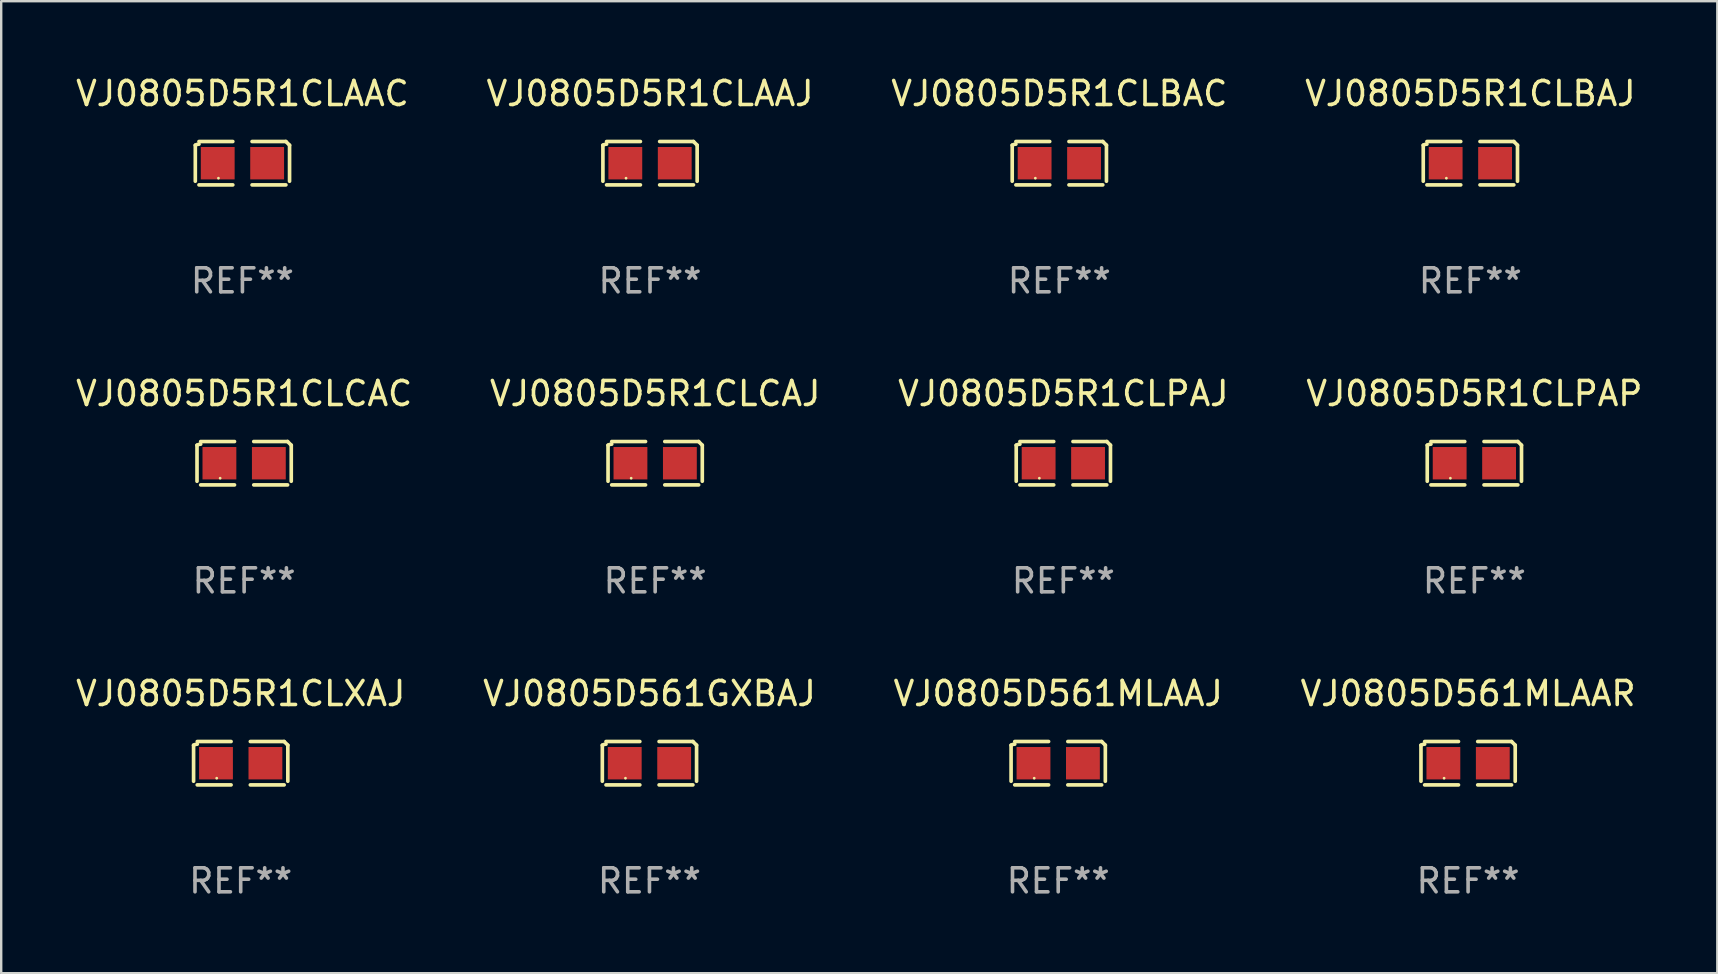
<source format=kicad_pcb>
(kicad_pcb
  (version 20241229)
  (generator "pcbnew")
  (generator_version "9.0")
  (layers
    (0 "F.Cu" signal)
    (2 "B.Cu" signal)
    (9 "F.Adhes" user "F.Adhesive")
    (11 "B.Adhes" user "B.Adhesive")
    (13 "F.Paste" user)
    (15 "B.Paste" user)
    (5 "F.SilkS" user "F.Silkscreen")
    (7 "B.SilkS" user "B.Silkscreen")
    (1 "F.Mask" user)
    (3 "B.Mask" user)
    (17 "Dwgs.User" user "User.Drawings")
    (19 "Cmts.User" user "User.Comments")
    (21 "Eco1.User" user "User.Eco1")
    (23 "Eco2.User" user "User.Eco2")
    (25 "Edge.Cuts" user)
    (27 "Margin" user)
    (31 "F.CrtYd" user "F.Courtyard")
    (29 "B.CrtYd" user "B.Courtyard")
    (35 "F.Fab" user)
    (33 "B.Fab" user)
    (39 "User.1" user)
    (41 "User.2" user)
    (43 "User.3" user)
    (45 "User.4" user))
  (footprint "VJ0805D5R1CLXAJ"
    (layer "F.Cu")
    (at 6.982 28.759)
    (property "Reference" "VJ0805D5R1CLXAJ" (at 0 -2.904 0) (layer "F.SilkS") (effects (font (size 1 1) (thickness 0.15))))
    (attr through_hole)
    (fp_line (start -1.964 0.751) (end -1.964 -0.751) (stroke (width 0.152) (type solid)) (layer "F.SilkS"))
    (fp_line (start -1.811 -0.904) (end -0.401 -0.904) (stroke (width 0.152) (type solid)) (layer "F.SilkS"))
    (fp_line (start -0.401 0.904) (end -1.811 0.904) (stroke (width 0.152) (type solid)) (layer "F.SilkS"))
    (fp_line (start 0.401 0.904) (end 1.811 0.904) (stroke (width 0.152) (type solid)) (layer "F.SilkS"))
    (fp_line (start 1.811 -0.904) (end 0.401 -0.904) (stroke (width 0.152) (type solid)) (layer "F.SilkS"))
    (fp_line (start 1.964 0.751) (end 1.964 -0.751) (stroke (width 0.152) (type solid)) (layer "F.SilkS"))
    (fp_arc (start -1.963602 -0.751207) (mid -1.890354 -0.783131) (end -1.811201 -0.794044) (stroke (width 0.1524) (type solid)) (layer "F.SilkS"))
    (fp_arc (start 1.811202 -0.903607) (mid 1.887413 -0.827418) (end 1.963602 -0.751207) (stroke (width 0.1524) (type solid)) (layer "F.SilkS"))
    (fp_circle (center -1 0.625) (end -0.97 0.625) (stroke (width 0.06) (type solid)) (fill no) (layer "F.SilkS"))
    (fp_text user "REF**" (at 0 4.904 0) (layer "F.Fab") (effects (font (size 1 1) (thickness 0.15))))
    (pad "1" smd rect (at -1.03 0) (size 1.41 1.35) (layers "F.Cu" "F.Mask" "F.Paste"))
    (pad "2" smd rect (at 1.03 0) (size 1.41 1.35) (layers "F.Cu" "F.Mask" "F.Paste")))
  (footprint "VJ0805D561MLAAR"
    (layer "F.Cu")
    (at 58.137 28.759)
    (property "Reference" "VJ0805D561MLAAR" (at 0 -2.904 0) (layer "F.SilkS") (effects (font (size 1 1) (thickness 0.15))))
    (attr through_hole)
    (fp_line (start -1.964 0.751) (end -1.964 -0.751) (stroke (width 0.152) (type solid)) (layer "F.SilkS"))
    (fp_line (start -1.811 -0.904) (end -0.401 -0.904) (stroke (width 0.152) (type solid)) (layer "F.SilkS"))
    (fp_line (start -0.401 0.904) (end -1.811 0.904) (stroke (width 0.152) (type solid)) (layer "F.SilkS"))
    (fp_line (start 0.401 0.904) (end 1.811 0.904) (stroke (width 0.152) (type solid)) (layer "F.SilkS"))
    (fp_line (start 1.811 -0.904) (end 0.401 -0.904) (stroke (width 0.152) (type solid)) (layer "F.SilkS"))
    (fp_line (start 1.964 0.751) (end 1.964 -0.751) (stroke (width 0.152) (type solid)) (layer "F.SilkS"))
    (fp_arc (start -1.963602 -0.751207) (mid -1.890354 -0.783131) (end -1.811201 -0.794044) (stroke (width 0.1524) (type solid)) (layer "F.SilkS"))
    (fp_arc (start 1.811202 -0.903607) (mid 1.887413 -0.827418) (end 1.963602 -0.751207) (stroke (width 0.1524) (type solid)) (layer "F.SilkS"))
    (fp_circle (center -1 0.625) (end -0.97 0.625) (stroke (width 0.06) (type solid)) (fill no) (layer "F.SilkS"))
    (fp_text user "REF**" (at 0 4.904 0) (layer "F.Fab") (effects (font (size 1 1) (thickness 0.15))))
    (pad "1" smd rect (at -1.03 0) (size 1.41 1.35) (layers "F.Cu" "F.Mask" "F.Paste"))
    (pad "2" smd rect (at 1.03 0) (size 1.41 1.35) (layers "F.Cu" "F.Mask" "F.Paste")))
  (footprint "VJ0805D561MLAAJ"
    (layer "F.Cu")
    (at 41.054 28.759)
    (property "Reference" "VJ0805D561MLAAJ" (at 0 -2.904 0) (layer "F.SilkS") (effects (font (size 1 1) (thickness 0.15))))
    (attr through_hole)
    (fp_line (start -1.964 0.751) (end -1.964 -0.751) (stroke (width 0.152) (type solid)) (layer "F.SilkS"))
    (fp_line (start -1.811 -0.904) (end -0.401 -0.904) (stroke (width 0.152) (type solid)) (layer "F.SilkS"))
    (fp_line (start -0.401 0.904) (end -1.811 0.904) (stroke (width 0.152) (type solid)) (layer "F.SilkS"))
    (fp_line (start 0.401 0.904) (end 1.811 0.904) (stroke (width 0.152) (type solid)) (layer "F.SilkS"))
    (fp_line (start 1.811 -0.904) (end 0.401 -0.904) (stroke (width 0.152) (type solid)) (layer "F.SilkS"))
    (fp_line (start 1.964 0.751) (end 1.964 -0.751) (stroke (width 0.152) (type solid)) (layer "F.SilkS"))
    (fp_arc (start -1.963602 -0.751207) (mid -1.890354 -0.783131) (end -1.811201 -0.794044) (stroke (width 0.1524) (type solid)) (layer "F.SilkS"))
    (fp_arc (start 1.811202 -0.903607) (mid 1.887413 -0.827418) (end 1.963602 -0.751207) (stroke (width 0.1524) (type solid)) (layer "F.SilkS"))
    (fp_circle (center -1 0.625) (end -0.97 0.625) (stroke (width 0.06) (type solid)) (fill no) (layer "F.SilkS"))
    (fp_text user "REF**" (at 0 4.904 0) (layer "F.Fab") (effects (font (size 1 1) (thickness 0.15))))
    (pad "1" smd rect (at -1.03 0) (size 1.41 1.35) (layers "F.Cu" "F.Mask" "F.Paste"))
    (pad "2" smd rect (at 1.03 0) (size 1.41 1.35) (layers "F.Cu" "F.Mask" "F.Paste")))
  (footprint "VJ0805D561GXBAJ"
    (layer "F.Cu")
    (at 24.018 28.759)
    (property "Reference" "VJ0805D561GXBAJ" (at 0 -2.904 0) (layer "F.SilkS") (effects (font (size 1 1) (thickness 0.15))))
    (attr through_hole)
    (fp_line (start -1.964 0.751) (end -1.964 -0.751) (stroke (width 0.152) (type solid)) (layer "F.SilkS"))
    (fp_line (start -1.811 -0.904) (end -0.401 -0.904) (stroke (width 0.152) (type solid)) (layer "F.SilkS"))
    (fp_line (start -0.401 0.904) (end -1.811 0.904) (stroke (width 0.152) (type solid)) (layer "F.SilkS"))
    (fp_line (start 0.401 0.904) (end 1.811 0.904) (stroke (width 0.152) (type solid)) (layer "F.SilkS"))
    (fp_line (start 1.811 -0.904) (end 0.401 -0.904) (stroke (width 0.152) (type solid)) (layer "F.SilkS"))
    (fp_line (start 1.964 0.751) (end 1.964 -0.751) (stroke (width 0.152) (type solid)) (layer "F.SilkS"))
    (fp_arc (start -1.963602 -0.751207) (mid -1.890354 -0.783131) (end -1.811201 -0.794044) (stroke (width 0.1524) (type solid)) (layer "F.SilkS"))
    (fp_arc (start 1.811202 -0.903607) (mid 1.887413 -0.827418) (end 1.963602 -0.751207) (stroke (width 0.1524) (type solid)) (layer "F.SilkS"))
    (fp_circle (center -1 0.625) (end -0.97 0.625) (stroke (width 0.06) (type solid)) (fill no) (layer "F.SilkS"))
    (fp_text user "REF**" (at 0 4.904 0) (layer "F.Fab") (effects (font (size 1 1) (thickness 0.15))))
    (pad "1" smd rect (at -1.03 0) (size 1.41 1.35) (layers "F.Cu" "F.Mask" "F.Paste"))
    (pad "2" smd rect (at 1.03 0) (size 1.41 1.35) (layers "F.Cu" "F.Mask" "F.Paste")))
  (footprint "VJ0805D5R1CLPAJ"
    (layer "F.Cu")
    (at 41.268 16.256)
    (property "Reference" "VJ0805D5R1CLPAJ" (at 0 -2.904 0) (layer "F.SilkS") (effects (font (size 1 1) (thickness 0.15))))
    (attr through_hole)
    (fp_line (start -1.964 0.751) (end -1.964 -0.751) (stroke (width 0.152) (type solid)) (layer "F.SilkS"))
    (fp_line (start -1.811 -0.904) (end -0.401 -0.904) (stroke (width 0.152) (type solid)) (layer "F.SilkS"))
    (fp_line (start -0.401 0.904) (end -1.811 0.904) (stroke (width 0.152) (type solid)) (layer "F.SilkS"))
    (fp_line (start 0.401 0.904) (end 1.811 0.904) (stroke (width 0.152) (type solid)) (layer "F.SilkS"))
    (fp_line (start 1.811 -0.904) (end 0.401 -0.904) (stroke (width 0.152) (type solid)) (layer "F.SilkS"))
    (fp_line (start 1.964 0.751) (end 1.964 -0.751) (stroke (width 0.152) (type solid)) (layer "F.SilkS"))
    (fp_arc (start -1.963602 -0.751207) (mid -1.890354 -0.783131) (end -1.811201 -0.794044) (stroke (width 0.1524) (type solid)) (layer "F.SilkS"))
    (fp_arc (start 1.811202 -0.903607) (mid 1.887413 -0.827418) (end 1.963602 -0.751207) (stroke (width 0.1524) (type solid)) (layer "F.SilkS"))
    (fp_circle (center -1 0.625) (end -0.97 0.625) (stroke (width 0.06) (type solid)) (fill no) (layer "F.SilkS"))
    (fp_text user "REF**" (at 0 4.904 0) (layer "F.Fab") (effects (font (size 1 1) (thickness 0.15))))
    (pad "1" smd rect (at -1.03 0) (size 1.41 1.35) (layers "F.Cu" "F.Mask" "F.Paste"))
    (pad "2" smd rect (at 1.03 0) (size 1.41 1.35) (layers "F.Cu" "F.Mask" "F.Paste")))
  (footprint "VJ0805D5R1CLPAP"
    (layer "F.Cu")
    (at 58.399 16.256)
    (property "Reference" "VJ0805D5R1CLPAP" (at 0 -2.904 0) (layer "F.SilkS") (effects (font (size 1 1) (thickness 0.15))))
    (attr through_hole)
    (fp_line (start -1.964 0.751) (end -1.964 -0.751) (stroke (width 0.152) (type solid)) (layer "F.SilkS"))
    (fp_line (start -1.811 -0.904) (end -0.401 -0.904) (stroke (width 0.152) (type solid)) (layer "F.SilkS"))
    (fp_line (start -0.401 0.904) (end -1.811 0.904) (stroke (width 0.152) (type solid)) (layer "F.SilkS"))
    (fp_line (start 0.401 0.904) (end 1.811 0.904) (stroke (width 0.152) (type solid)) (layer "F.SilkS"))
    (fp_line (start 1.811 -0.904) (end 0.401 -0.904) (stroke (width 0.152) (type solid)) (layer "F.SilkS"))
    (fp_line (start 1.964 0.751) (end 1.964 -0.751) (stroke (width 0.152) (type solid)) (layer "F.SilkS"))
    (fp_arc (start -1.963602 -0.751207) (mid -1.890354 -0.783131) (end -1.811201 -0.794044) (stroke (width 0.1524) (type solid)) (layer "F.SilkS"))
    (fp_arc (start 1.811202 -0.903607) (mid 1.887413 -0.827418) (end 1.963602 -0.751207) (stroke (width 0.1524) (type solid)) (layer "F.SilkS"))
    (fp_circle (center -1 0.625) (end -0.97 0.625) (stroke (width 0.06) (type solid)) (fill no) (layer "F.SilkS"))
    (fp_text user "REF**" (at 0 4.904 0) (layer "F.Fab") (effects (font (size 1 1) (thickness 0.15))))
    (pad "1" smd rect (at -1.03 0) (size 1.41 1.35) (layers "F.Cu" "F.Mask" "F.Paste"))
    (pad "2" smd rect (at 1.03 0) (size 1.41 1.35) (layers "F.Cu" "F.Mask" "F.Paste")))
  (footprint "VJ0805D5R1CLCAC"
    (layer "F.Cu")
    (at 7.125 16.256)
    (property "Reference" "VJ0805D5R1CLCAC" (at 0 -2.904 0) (layer "F.SilkS") (effects (font (size 1 1) (thickness 0.15))))
    (attr through_hole)
    (fp_line (start -1.964 0.751) (end -1.964 -0.751) (stroke (width 0.152) (type solid)) (layer "F.SilkS"))
    (fp_line (start -1.811 -0.904) (end -0.401 -0.904) (stroke (width 0.152) (type solid)) (layer "F.SilkS"))
    (fp_line (start -0.401 0.904) (end -1.811 0.904) (stroke (width 0.152) (type solid)) (layer "F.SilkS"))
    (fp_line (start 0.401 0.904) (end 1.811 0.904) (stroke (width 0.152) (type solid)) (layer "F.SilkS"))
    (fp_line (start 1.811 -0.904) (end 0.401 -0.904) (stroke (width 0.152) (type solid)) (layer "F.SilkS"))
    (fp_line (start 1.964 0.751) (end 1.964 -0.751) (stroke (width 0.152) (type solid)) (layer "F.SilkS"))
    (fp_arc (start -1.963602 -0.751207) (mid -1.890354 -0.783131) (end -1.811201 -0.794044) (stroke (width 0.1524) (type solid)) (layer "F.SilkS"))
    (fp_arc (start 1.811202 -0.903607) (mid 1.887413 -0.827418) (end 1.963602 -0.751207) (stroke (width 0.1524) (type solid)) (layer "F.SilkS"))
    (fp_circle (center -1 0.625) (end -0.97 0.625) (stroke (width 0.06) (type solid)) (fill no) (layer "F.SilkS"))
    (fp_text user "REF**" (at 0 4.904 0) (layer "F.Fab") (effects (font (size 1 1) (thickness 0.15))))
    (pad "1" smd rect (at -1.03 0) (size 1.41 1.35) (layers "F.Cu" "F.Mask" "F.Paste"))
    (pad "2" smd rect (at 1.03 0) (size 1.41 1.35) (layers "F.Cu" "F.Mask" "F.Paste")))
  (footprint "VJ0805D5R1CLBAJ"
    (layer "F.Cu")
    (at 58.232 3.752)
    (property "Reference" "VJ0805D5R1CLBAJ" (at 0 -2.904 0) (layer "F.SilkS") (effects (font (size 1 1) (thickness 0.15))))
    (attr through_hole)
    (fp_line (start -1.964 0.751) (end -1.964 -0.751) (stroke (width 0.152) (type solid)) (layer "F.SilkS"))
    (fp_line (start -1.811 -0.904) (end -0.401 -0.904) (stroke (width 0.152) (type solid)) (layer "F.SilkS"))
    (fp_line (start -0.401 0.904) (end -1.811 0.904) (stroke (width 0.152) (type solid)) (layer "F.SilkS"))
    (fp_line (start 0.401 0.904) (end 1.811 0.904) (stroke (width 0.152) (type solid)) (layer "F.SilkS"))
    (fp_line (start 1.811 -0.904) (end 0.401 -0.904) (stroke (width 0.152) (type solid)) (layer "F.SilkS"))
    (fp_line (start 1.964 0.751) (end 1.964 -0.751) (stroke (width 0.152) (type solid)) (layer "F.SilkS"))
    (fp_arc (start -1.963602 -0.751207) (mid -1.890354 -0.783131) (end -1.811201 -0.794044) (stroke (width 0.1524) (type solid)) (layer "F.SilkS"))
    (fp_arc (start 1.811202 -0.903607) (mid 1.887413 -0.827418) (end 1.963602 -0.751207) (stroke (width 0.1524) (type solid)) (layer "F.SilkS"))
    (fp_circle (center -1 0.625) (end -0.97 0.625) (stroke (width 0.06) (type solid)) (fill no) (layer "F.SilkS"))
    (fp_text user "REF**" (at 0 4.904 0) (layer "F.Fab") (effects (font (size 1 1) (thickness 0.15))))
    (pad "1" smd rect (at -1.03 0) (size 1.41 1.35) (layers "F.Cu" "F.Mask" "F.Paste"))
    (pad "2" smd rect (at 1.03 0) (size 1.41 1.35) (layers "F.Cu" "F.Mask" "F.Paste")))
  (footprint "VJ0805D5R1CLAAJ"
    (layer "F.Cu")
    (at 24.042 3.752)
    (property "Reference" "VJ0805D5R1CLAAJ" (at 0 -2.904 0) (layer "F.SilkS") (effects (font (size 1 1) (thickness 0.15))))
    (attr through_hole)
    (fp_line (start -1.964 0.751) (end -1.964 -0.751) (stroke (width 0.152) (type solid)) (layer "F.SilkS"))
    (fp_line (start -1.811 -0.904) (end -0.401 -0.904) (stroke (width 0.152) (type solid)) (layer "F.SilkS"))
    (fp_line (start -0.401 0.904) (end -1.811 0.904) (stroke (width 0.152) (type solid)) (layer "F.SilkS"))
    (fp_line (start 0.401 0.904) (end 1.811 0.904) (stroke (width 0.152) (type solid)) (layer "F.SilkS"))
    (fp_line (start 1.811 -0.904) (end 0.401 -0.904) (stroke (width 0.152) (type solid)) (layer "F.SilkS"))
    (fp_line (start 1.964 0.751) (end 1.964 -0.751) (stroke (width 0.152) (type solid)) (layer "F.SilkS"))
    (fp_arc (start -1.963602 -0.751207) (mid -1.890354 -0.783131) (end -1.811201 -0.794044) (stroke (width 0.1524) (type solid)) (layer "F.SilkS"))
    (fp_arc (start 1.811202 -0.903607) (mid 1.887413 -0.827418) (end 1.963602 -0.751207) (stroke (width 0.1524) (type solid)) (layer "F.SilkS"))
    (fp_circle (center -1 0.625) (end -0.97 0.625) (stroke (width 0.06) (type solid)) (fill no) (layer "F.SilkS"))
    (fp_text user "REF**" (at 0 4.904 0) (layer "F.Fab") (effects (font (size 1 1) (thickness 0.15))))
    (pad "1" smd rect (at -1.03 0) (size 1.41 1.35) (layers "F.Cu" "F.Mask" "F.Paste"))
    (pad "2" smd rect (at 1.03 0) (size 1.41 1.35) (layers "F.Cu" "F.Mask" "F.Paste")))
  (footprint "VJ0805D5R1CLCAJ"
    (layer "F.Cu")
    (at 24.256 16.256)
    (property "Reference" "VJ0805D5R1CLCAJ" (at 0 -2.904 0) (layer "F.SilkS") (effects (font (size 1 1) (thickness 0.15))))
    (attr through_hole)
    (fp_line (start -1.964 0.751) (end -1.964 -0.751) (stroke (width 0.152) (type solid)) (layer "F.SilkS"))
    (fp_line (start -1.811 -0.904) (end -0.401 -0.904) (stroke (width 0.152) (type solid)) (layer "F.SilkS"))
    (fp_line (start -0.401 0.904) (end -1.811 0.904) (stroke (width 0.152) (type solid)) (layer "F.SilkS"))
    (fp_line (start 0.401 0.904) (end 1.811 0.904) (stroke (width 0.152) (type solid)) (layer "F.SilkS"))
    (fp_line (start 1.811 -0.904) (end 0.401 -0.904) (stroke (width 0.152) (type solid)) (layer "F.SilkS"))
    (fp_line (start 1.964 0.751) (end 1.964 -0.751) (stroke (width 0.152) (type solid)) (layer "F.SilkS"))
    (fp_arc (start -1.963602 -0.751207) (mid -1.890354 -0.783131) (end -1.811201 -0.794044) (stroke (width 0.1524) (type solid)) (layer "F.SilkS"))
    (fp_arc (start 1.811202 -0.903607) (mid 1.887413 -0.827418) (end 1.963602 -0.751207) (stroke (width 0.1524) (type solid)) (layer "F.SilkS"))
    (fp_circle (center -1 0.625) (end -0.97 0.625) (stroke (width 0.06) (type solid)) (fill no) (layer "F.SilkS"))
    (fp_text user "REF**" (at 0 4.904 0) (layer "F.Fab") (effects (font (size 1 1) (thickness 0.15))))
    (pad "1" smd rect (at -1.03 0) (size 1.41 1.35) (layers "F.Cu" "F.Mask" "F.Paste"))
    (pad "2" smd rect (at 1.03 0) (size 1.41 1.35) (layers "F.Cu" "F.Mask" "F.Paste")))
  (footprint "VJ0805D5R1CLAAC"
    (layer "F.Cu")
    (at 7.054 3.752)
    (property "Reference" "VJ0805D5R1CLAAC" (at 0 -2.904 0) (layer "F.SilkS") (effects (font (size 1 1) (thickness 0.15))))
    (attr through_hole)
    (fp_line (start -1.964 0.751) (end -1.964 -0.751) (stroke (width 0.152) (type solid)) (layer "F.SilkS"))
    (fp_line (start -1.811 -0.904) (end -0.401 -0.904) (stroke (width 0.152) (type solid)) (layer "F.SilkS"))
    (fp_line (start -0.401 0.904) (end -1.811 0.904) (stroke (width 0.152) (type solid)) (layer "F.SilkS"))
    (fp_line (start 0.401 0.904) (end 1.811 0.904) (stroke (width 0.152) (type solid)) (layer "F.SilkS"))
    (fp_line (start 1.811 -0.904) (end 0.401 -0.904) (stroke (width 0.152) (type solid)) (layer "F.SilkS"))
    (fp_line (start 1.964 0.751) (end 1.964 -0.751) (stroke (width 0.152) (type solid)) (layer "F.SilkS"))
    (fp_arc (start -1.963602 -0.751207) (mid -1.890354 -0.783131) (end -1.811201 -0.794044) (stroke (width 0.1524) (type solid)) (layer "F.SilkS"))
    (fp_arc (start 1.811202 -0.903607) (mid 1.887413 -0.827418) (end 1.963602 -0.751207) (stroke (width 0.1524) (type solid)) (layer "F.SilkS"))
    (fp_circle (center -1 0.625) (end -0.97 0.625) (stroke (width 0.06) (type solid)) (fill no) (layer "F.SilkS"))
    (fp_text user "REF**" (at 0 4.904 0) (layer "F.Fab") (effects (font (size 1 1) (thickness 0.15))))
    (pad "1" smd rect (at -1.03 0) (size 1.41 1.35) (layers "F.Cu" "F.Mask" "F.Paste"))
    (pad "2" smd rect (at 1.03 0) (size 1.41 1.35) (layers "F.Cu" "F.Mask" "F.Paste")))
  (footprint "VJ0805D5R1CLBAC"
    (layer "F.Cu")
    (at 41.101 3.752)
    (property "Reference" "VJ0805D5R1CLBAC" (at 0 -2.904 0) (layer "F.SilkS") (effects (font (size 1 1) (thickness 0.15))))
    (attr through_hole)
    (fp_line (start -1.964 0.751) (end -1.964 -0.751) (stroke (width 0.152) (type solid)) (layer "F.SilkS"))
    (fp_line (start -1.811 -0.904) (end -0.401 -0.904) (stroke (width 0.152) (type solid)) (layer "F.SilkS"))
    (fp_line (start -0.401 0.904) (end -1.811 0.904) (stroke (width 0.152) (type solid)) (layer "F.SilkS"))
    (fp_line (start 0.401 0.904) (end 1.811 0.904) (stroke (width 0.152) (type solid)) (layer "F.SilkS"))
    (fp_line (start 1.811 -0.904) (end 0.401 -0.904) (stroke (width 0.152) (type solid)) (layer "F.SilkS"))
    (fp_line (start 1.964 0.751) (end 1.964 -0.751) (stroke (width 0.152) (type solid)) (layer "F.SilkS"))
    (fp_arc (start -1.963602 -0.751207) (mid -1.890354 -0.783131) (end -1.811201 -0.794044) (stroke (width 0.1524) (type solid)) (layer "F.SilkS"))
    (fp_arc (start 1.811202 -0.903607) (mid 1.887413 -0.827418) (end 1.963602 -0.751207) (stroke (width 0.1524) (type solid)) (layer "F.SilkS"))
    (fp_circle (center -1 0.625) (end -0.97 0.625) (stroke (width 0.06) (type solid)) (fill no) (layer "F.SilkS"))
    (fp_text user "REF**" (at 0 4.904 0) (layer "F.Fab") (effects (font (size 1 1) (thickness 0.15))))
    (pad "1" smd rect (at -1.03 0) (size 1.41 1.35) (layers "F.Cu" "F.Mask" "F.Paste"))
    (pad "2" smd rect (at 1.03 0) (size 1.41 1.35) (layers "F.Cu" "F.Mask" "F.Paste")))
  (gr_rect
    (start -3 -3)
    (end 68.524 37.511)
    (stroke (width 0.1) (type default))
    (fill no)
    (layer "Edge.Cuts")))
</source>
